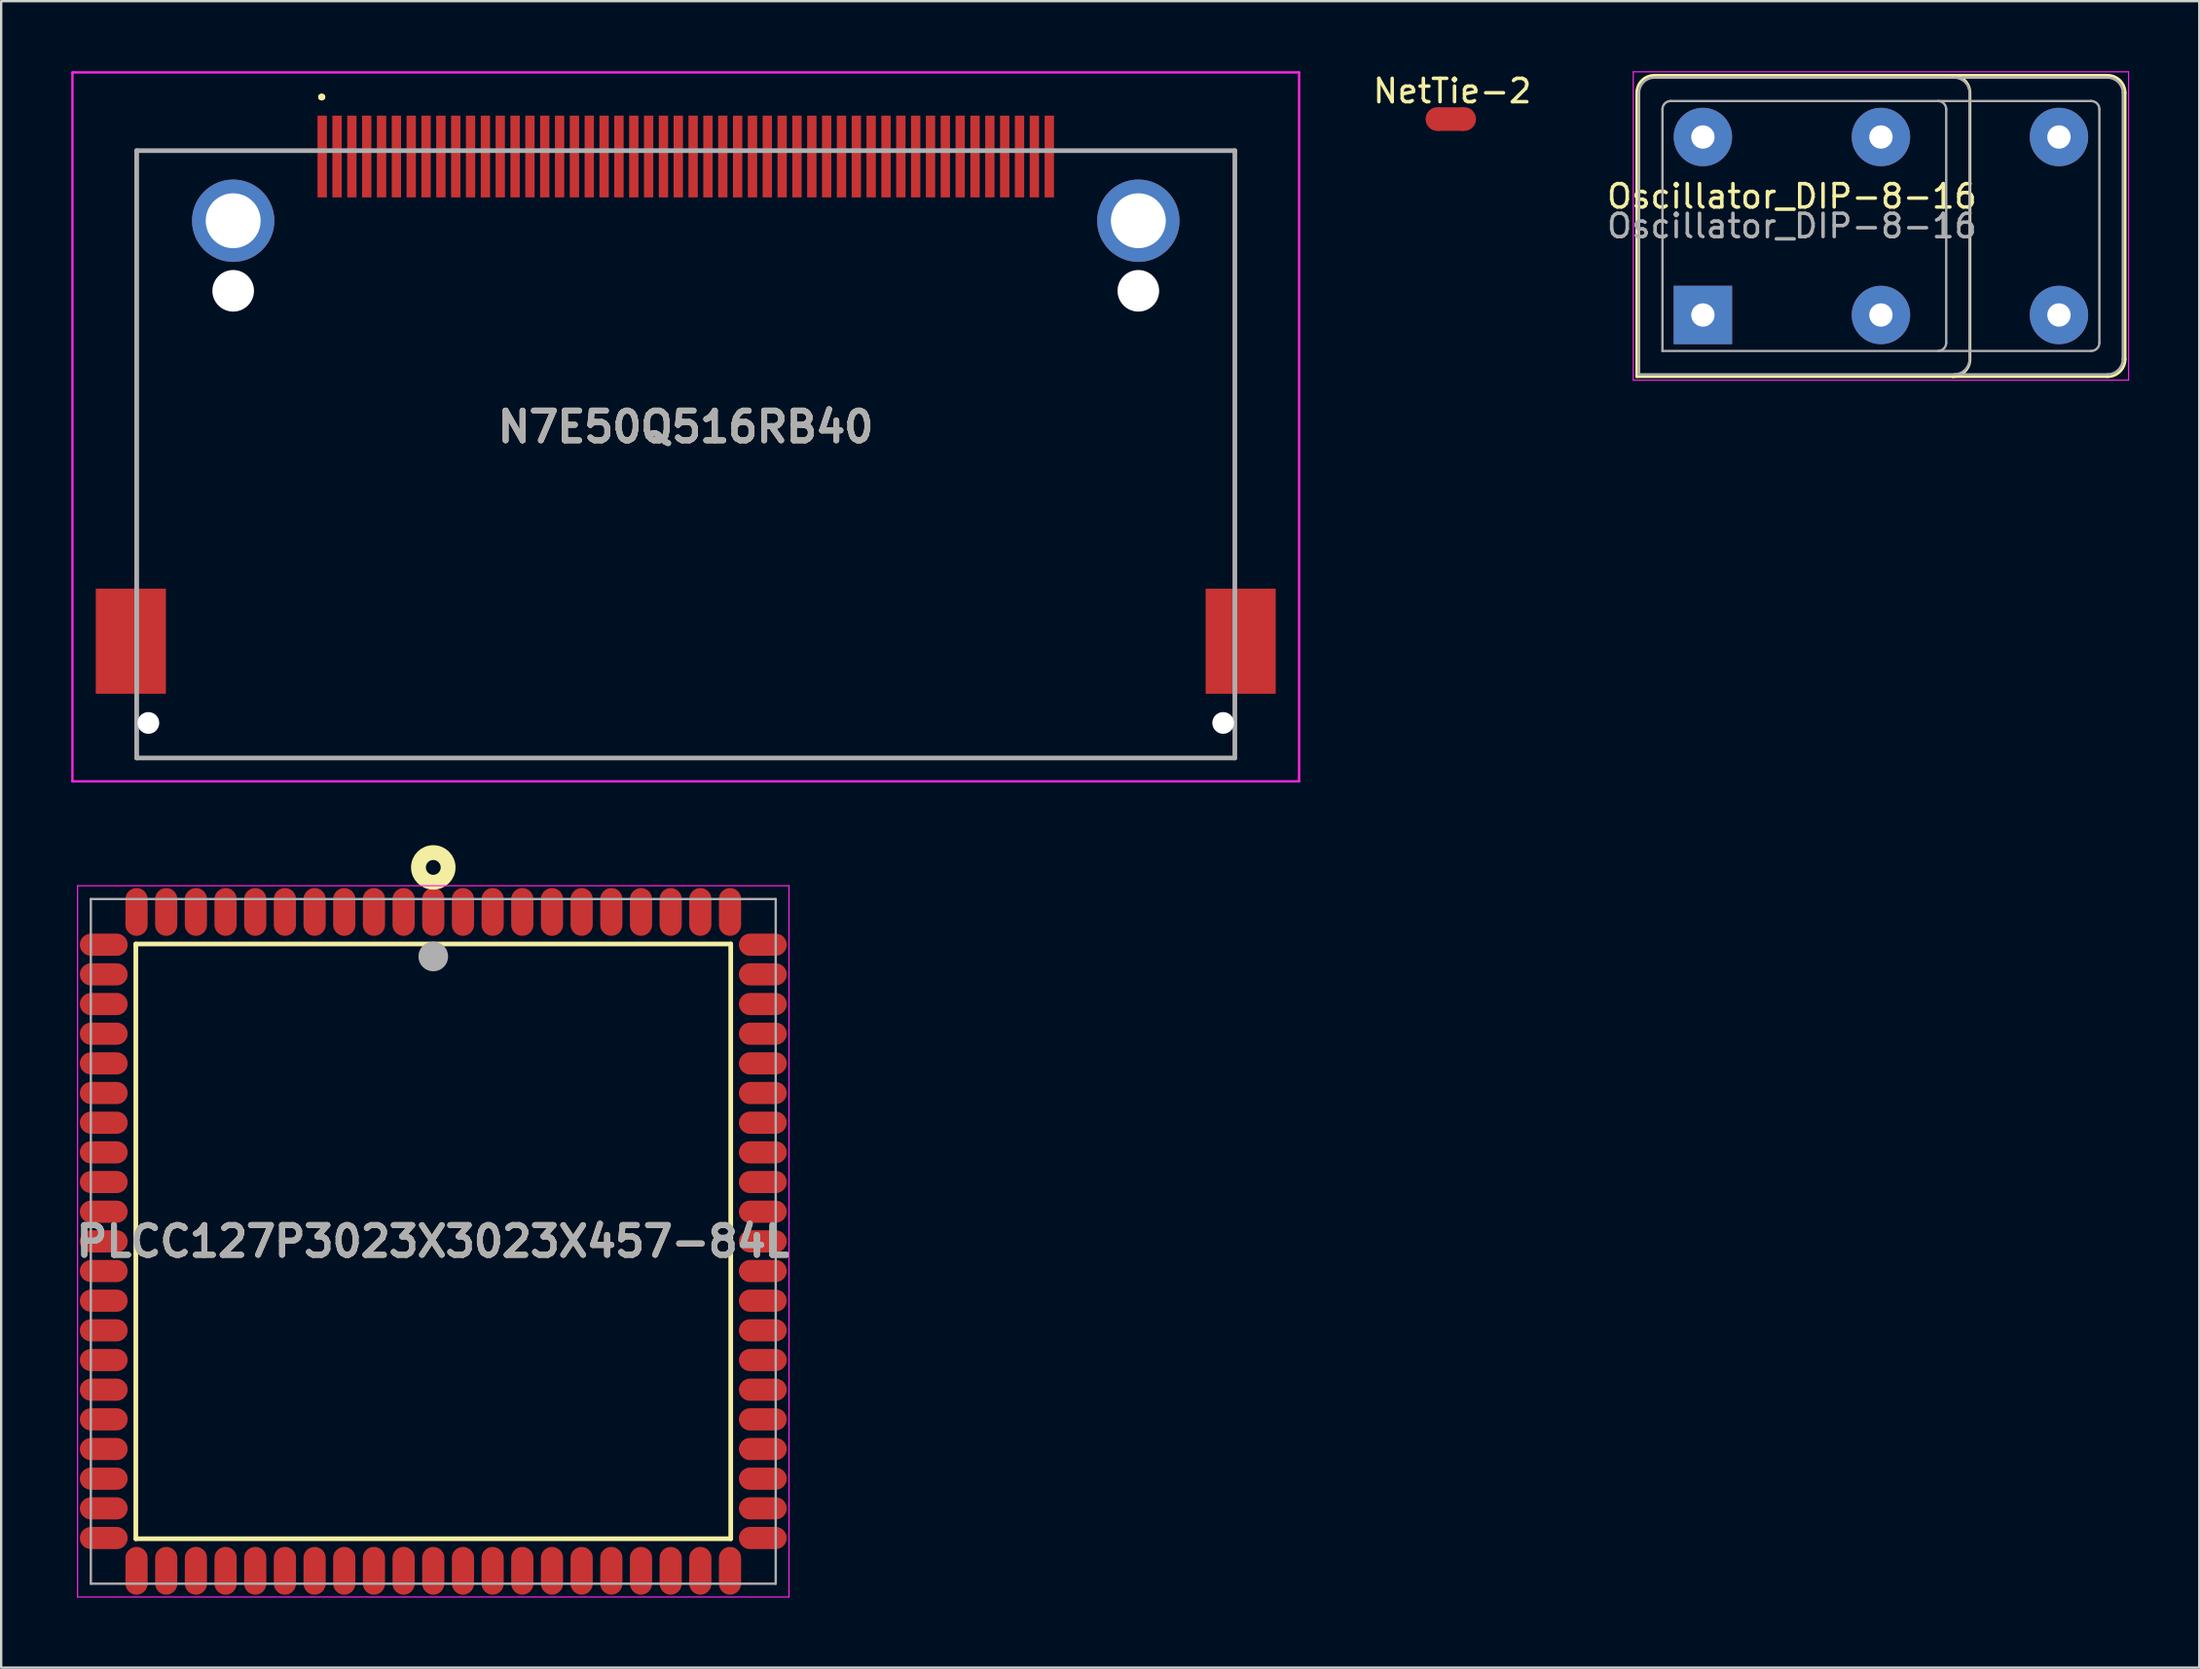
<source format=kicad_pcb>
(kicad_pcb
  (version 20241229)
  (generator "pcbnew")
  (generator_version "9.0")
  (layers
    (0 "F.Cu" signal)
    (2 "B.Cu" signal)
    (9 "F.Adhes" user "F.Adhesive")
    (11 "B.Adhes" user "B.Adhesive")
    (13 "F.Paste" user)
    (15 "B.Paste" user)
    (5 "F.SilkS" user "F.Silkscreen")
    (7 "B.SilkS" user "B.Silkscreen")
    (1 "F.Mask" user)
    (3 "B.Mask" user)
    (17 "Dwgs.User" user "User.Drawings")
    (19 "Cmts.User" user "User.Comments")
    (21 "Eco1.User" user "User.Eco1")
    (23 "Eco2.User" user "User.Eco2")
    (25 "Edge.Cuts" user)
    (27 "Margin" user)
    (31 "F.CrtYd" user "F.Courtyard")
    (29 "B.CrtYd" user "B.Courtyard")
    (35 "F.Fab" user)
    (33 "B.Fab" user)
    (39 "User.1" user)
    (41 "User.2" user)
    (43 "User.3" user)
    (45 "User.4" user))
  (footprint "PLCC127P3023X3023X457-84L"
    (layer "F.Cu")
    (at 15.494 50.094)
    (property "Reference" "PLCC127P3023X3023X457-84L" (at 0 0 0) (layer "F.SilkS") (effects (font (size 1.27 1.27) (thickness 0.254))))
    (attr smd)
    (fp_line (start -12.731 -12.731) (end 12.731 -12.731) (stroke (width 0.2) (type solid)) (layer "F.SilkS"))
    (fp_line (start -12.731 12.731) (end -12.731 -12.731) (stroke (width 0.2) (type solid)) (layer "F.SilkS"))
    (fp_line (start 12.731 -12.731) (end 12.731 12.731) (stroke (width 0.2) (type solid)) (layer "F.SilkS"))
    (fp_line (start 12.731 12.731) (end -12.731 12.731) (stroke (width 0.2) (type solid)) (layer "F.SilkS"))
    (fp_circle (center 0 -16.009) (end 0 -15.692) (stroke (width 0.635) (type solid)) (fill no) (layer "F.SilkS"))
    (fp_line (start -15.225 -15.225) (end 15.225 -15.225) (stroke (width 0.05) (type solid)) (layer "F.CrtYd"))
    (fp_line (start -15.225 15.225) (end -15.225 -15.225) (stroke (width 0.05) (type solid)) (layer "F.CrtYd"))
    (fp_line (start 15.225 -15.225) (end 15.225 15.225) (stroke (width 0.05) (type solid)) (layer "F.CrtYd"))
    (fp_line (start 15.225 15.225) (end -15.225 15.225) (stroke (width 0.05) (type solid)) (layer "F.CrtYd"))
    (fp_line (start -14.656 -14.656) (end 14.656 -14.656) (stroke (width 0.1) (type solid)) (layer "F.Fab"))
    (fp_line (start -14.656 14.656) (end -14.656 -14.656) (stroke (width 0.1) (type solid)) (layer "F.Fab"))
    (fp_line (start 14.656 -14.656) (end 14.656 14.656) (stroke (width 0.1) (type solid)) (layer "F.Fab"))
    (fp_line (start 14.656 14.656) (end -14.656 14.656) (stroke (width 0.1) (type solid)) (layer "F.Fab"))
    (fp_circle (center 0 -12.197) (end 0 -11.879) (stroke (width 0.635) (type solid)) (fill no) (layer "F.Fab"))
    (fp_text user "${REFERENCE}" (at 0 0 0) (layer "F.Fab") (effects (font (size 1.27 1.27) (thickness 0.254))))
    (pad "1" smd oval (at 0 -14.103) (size 0.95 2.044) (layers "F.Cu" "F.Mask" "F.Paste"))
    (pad "2" smd oval (at -1.27 -14.103) (size 0.95 2.044) (layers "F.Cu" "F.Mask" "F.Paste"))
    (pad "3" smd oval (at -2.54 -14.103) (size 0.95 2.044) (layers "F.Cu" "F.Mask" "F.Paste"))
    (pad "4" smd oval (at -3.81 -14.103) (size 0.95 2.044) (layers "F.Cu" "F.Mask" "F.Paste"))
    (pad "5" smd oval (at -5.08 -14.103) (size 0.95 2.044) (layers "F.Cu" "F.Mask" "F.Paste"))
    (pad "6" smd oval (at -6.35 -14.103) (size 0.95 2.044) (layers "F.Cu" "F.Mask" "F.Paste"))
    (pad "7" smd oval (at -7.62 -14.103) (size 0.95 2.044) (layers "F.Cu" "F.Mask" "F.Paste"))
    (pad "8" smd oval (at -8.89 -14.103) (size 0.95 2.044) (layers "F.Cu" "F.Mask" "F.Paste"))
    (pad "9" smd oval (at -10.16 -14.103) (size 0.95 2.044) (layers "F.Cu" "F.Mask" "F.Paste"))
    (pad "10" smd oval (at -11.43 -14.103) (size 0.95 2.044) (layers "F.Cu" "F.Mask" "F.Paste"))
    (pad "11" smd oval (at -12.7 -14.103) (size 0.95 2.044) (layers "F.Cu" "F.Mask" "F.Paste"))
    (pad "12" smd oval (at -14.103 -12.7 90) (size 0.95 2.044) (layers "F.Cu" "F.Mask" "F.Paste"))
    (pad "13" smd oval (at -14.103 -11.43 90) (size 0.95 2.044) (layers "F.Cu" "F.Mask" "F.Paste"))
    (pad "14" smd oval (at -14.103 -10.16 90) (size 0.95 2.044) (layers "F.Cu" "F.Mask" "F.Paste"))
    (pad "15" smd oval (at -14.103 -8.89 90) (size 0.95 2.044) (layers "F.Cu" "F.Mask" "F.Paste"))
    (pad "16" smd oval (at -14.103 -7.62 90) (size 0.95 2.044) (layers "F.Cu" "F.Mask" "F.Paste"))
    (pad "17" smd oval (at -14.103 -6.35 90) (size 0.95 2.044) (layers "F.Cu" "F.Mask" "F.Paste"))
    (pad "18" smd oval (at -14.103 -5.08 90) (size 0.95 2.044) (layers "F.Cu" "F.Mask" "F.Paste"))
    (pad "19" smd oval (at -14.103 -3.81 90) (size 0.95 2.044) (layers "F.Cu" "F.Mask" "F.Paste"))
    (pad "20" smd oval (at -14.103 -2.54 90) (size 0.95 2.044) (layers "F.Cu" "F.Mask" "F.Paste"))
    (pad "21" smd oval (at -14.103 -1.27 90) (size 0.95 2.044) (layers "F.Cu" "F.Mask" "F.Paste"))
    (pad "22" smd oval (at -14.103 0 90) (size 0.95 2.044) (layers "F.Cu" "F.Mask" "F.Paste"))
    (pad "23" smd oval (at -14.103 1.27 90) (size 0.95 2.044) (layers "F.Cu" "F.Mask" "F.Paste"))
    (pad "24" smd oval (at -14.103 2.54 90) (size 0.95 2.044) (layers "F.Cu" "F.Mask" "F.Paste"))
    (pad "25" smd oval (at -14.103 3.81 90) (size 0.95 2.044) (layers "F.Cu" "F.Mask" "F.Paste"))
    (pad "26" smd oval (at -14.103 5.08 90) (size 0.95 2.044) (layers "F.Cu" "F.Mask" "F.Paste"))
    (pad "27" smd oval (at -14.103 6.35 90) (size 0.95 2.044) (layers "F.Cu" "F.Mask" "F.Paste"))
    (pad "28" smd oval (at -14.103 7.62 90) (size 0.95 2.044) (layers "F.Cu" "F.Mask" "F.Paste"))
    (pad "29" smd oval (at -14.103 8.89 90) (size 0.95 2.044) (layers "F.Cu" "F.Mask" "F.Paste"))
    (pad "30" smd oval (at -14.103 10.16 90) (size 0.95 2.044) (layers "F.Cu" "F.Mask" "F.Paste"))
    (pad "31" smd oval (at -14.103 11.43 90) (size 0.95 2.044) (layers "F.Cu" "F.Mask" "F.Paste"))
    (pad "32" smd oval (at -14.103 12.7 90) (size 0.95 2.044) (layers "F.Cu" "F.Mask" "F.Paste"))
    (pad "33" smd oval (at -12.7 14.103) (size 0.95 2.044) (layers "F.Cu" "F.Mask" "F.Paste"))
    (pad "34" smd oval (at -11.43 14.103) (size 0.95 2.044) (layers "F.Cu" "F.Mask" "F.Paste"))
    (pad "35" smd oval (at -10.16 14.103) (size 0.95 2.044) (layers "F.Cu" "F.Mask" "F.Paste"))
    (pad "36" smd oval (at -8.89 14.103) (size 0.95 2.044) (layers "F.Cu" "F.Mask" "F.Paste"))
    (pad "37" smd oval (at -7.62 14.103) (size 0.95 2.044) (layers "F.Cu" "F.Mask" "F.Paste"))
    (pad "38" smd oval (at -6.35 14.103) (size 0.95 2.044) (layers "F.Cu" "F.Mask" "F.Paste"))
    (pad "39" smd oval (at -5.08 14.103) (size 0.95 2.044) (layers "F.Cu" "F.Mask" "F.Paste"))
    (pad "40" smd oval (at -3.81 14.103) (size 0.95 2.044) (layers "F.Cu" "F.Mask" "F.Paste"))
    (pad "41" smd oval (at -2.54 14.103) (size 0.95 2.044) (layers "F.Cu" "F.Mask" "F.Paste"))
    (pad "42" smd oval (at -1.27 14.103) (size 0.95 2.044) (layers "F.Cu" "F.Mask" "F.Paste"))
    (pad "43" smd oval (at 0 14.103) (size 0.95 2.044) (layers "F.Cu" "F.Mask" "F.Paste"))
    (pad "44" smd oval (at 1.27 14.103) (size 0.95 2.044) (layers "F.Cu" "F.Mask" "F.Paste"))
    (pad "45" smd oval (at 2.54 14.103) (size 0.95 2.044) (layers "F.Cu" "F.Mask" "F.Paste"))
    (pad "46" smd oval (at 3.81 14.103) (size 0.95 2.044) (layers "F.Cu" "F.Mask" "F.Paste"))
    (pad "47" smd oval (at 5.08 14.103) (size 0.95 2.044) (layers "F.Cu" "F.Mask" "F.Paste"))
    (pad "48" smd oval (at 6.35 14.103) (size 0.95 2.044) (layers "F.Cu" "F.Mask" "F.Paste"))
    (pad "49" smd oval (at 7.62 14.103) (size 0.95 2.044) (layers "F.Cu" "F.Mask" "F.Paste"))
    (pad "50" smd oval (at 8.89 14.103) (size 0.95 2.044) (layers "F.Cu" "F.Mask" "F.Paste"))
    (pad "51" smd oval (at 10.16 14.103) (size 0.95 2.044) (layers "F.Cu" "F.Mask" "F.Paste"))
    (pad "52" smd oval (at 11.43 14.103) (size 0.95 2.044) (layers "F.Cu" "F.Mask" "F.Paste"))
    (pad "53" smd oval (at 12.7 14.103) (size 0.95 2.044) (layers "F.Cu" "F.Mask" "F.Paste"))
    (pad "54" smd oval (at 14.103 12.7 90) (size 0.95 2.044) (layers "F.Cu" "F.Mask" "F.Paste"))
    (pad "55" smd oval (at 14.103 11.43 90) (size 0.95 2.044) (layers "F.Cu" "F.Mask" "F.Paste"))
    (pad "56" smd oval (at 14.103 10.16 90) (size 0.95 2.044) (layers "F.Cu" "F.Mask" "F.Paste"))
    (pad "57" smd oval (at 14.103 8.89 90) (size 0.95 2.044) (layers "F.Cu" "F.Mask" "F.Paste"))
    (pad "58" smd oval (at 14.103 7.62 90) (size 0.95 2.044) (layers "F.Cu" "F.Mask" "F.Paste"))
    (pad "59" smd oval (at 14.103 6.35 90) (size 0.95 2.044) (layers "F.Cu" "F.Mask" "F.Paste"))
    (pad "60" smd oval (at 14.103 5.08 90) (size 0.95 2.044) (layers "F.Cu" "F.Mask" "F.Paste"))
    (pad "61" smd oval (at 14.103 3.81 90) (size 0.95 2.044) (layers "F.Cu" "F.Mask" "F.Paste"))
    (pad "62" smd oval (at 14.103 2.54 90) (size 0.95 2.044) (layers "F.Cu" "F.Mask" "F.Paste"))
    (pad "63" smd oval (at 14.103 1.27 90) (size 0.95 2.044) (layers "F.Cu" "F.Mask" "F.Paste"))
    (pad "64" smd oval (at 14.103 0 90) (size 0.95 2.044) (layers "F.Cu" "F.Mask" "F.Paste"))
    (pad "65" smd oval (at 14.103 -1.27 90) (size 0.95 2.044) (layers "F.Cu" "F.Mask" "F.Paste"))
    (pad "66" smd oval (at 14.103 -2.54 90) (size 0.95 2.044) (layers "F.Cu" "F.Mask" "F.Paste"))
    (pad "67" smd oval (at 14.103 -3.81 90) (size 0.95 2.044) (layers "F.Cu" "F.Mask" "F.Paste"))
    (pad "68" smd oval (at 14.103 -5.08 90) (size 0.95 2.044) (layers "F.Cu" "F.Mask" "F.Paste"))
    (pad "69" smd oval (at 14.103 -6.35 90) (size 0.95 2.044) (layers "F.Cu" "F.Mask" "F.Paste"))
    (pad "70" smd oval (at 14.103 -7.62 90) (size 0.95 2.044) (layers "F.Cu" "F.Mask" "F.Paste"))
    (pad "71" smd oval (at 14.103 -8.89 90) (size 0.95 2.044) (layers "F.Cu" "F.Mask" "F.Paste"))
    (pad "72" smd oval (at 14.103 -10.16 90) (size 0.95 2.044) (layers "F.Cu" "F.Mask" "F.Paste"))
    (pad "73" smd oval (at 14.103 -11.43 90) (size 0.95 2.044) (layers "F.Cu" "F.Mask" "F.Paste"))
    (pad "74" smd oval (at 14.103 -12.7 90) (size 0.95 2.044) (layers "F.Cu" "F.Mask" "F.Paste"))
    (pad "75" smd oval (at 12.7 -14.103) (size 0.95 2.044) (layers "F.Cu" "F.Mask" "F.Paste"))
    (pad "76" smd oval (at 11.43 -14.103) (size 0.95 2.044) (layers "F.Cu" "F.Mask" "F.Paste"))
    (pad "77" smd oval (at 10.16 -14.103) (size 0.95 2.044) (layers "F.Cu" "F.Mask" "F.Paste"))
    (pad "78" smd oval (at 8.89 -14.103) (size 0.95 2.044) (layers "F.Cu" "F.Mask" "F.Paste"))
    (pad "79" smd oval (at 7.62 -14.103) (size 0.95 2.044) (layers "F.Cu" "F.Mask" "F.Paste"))
    (pad "80" smd oval (at 6.35 -14.103) (size 0.95 2.044) (layers "F.Cu" "F.Mask" "F.Paste"))
    (pad "81" smd oval (at 5.08 -14.103) (size 0.95 2.044) (layers "F.Cu" "F.Mask" "F.Paste"))
    (pad "82" smd oval (at 3.81 -14.103) (size 0.95 2.044) (layers "F.Cu" "F.Mask" "F.Paste"))
    (pad "83" smd oval (at 2.54 -14.103) (size 0.95 2.044) (layers "F.Cu" "F.Mask" "F.Paste"))
    (pad "84" smd oval (at 1.27 -14.103) (size 0.95 2.044) (layers "F.Cu" "F.Mask" "F.Paste")))
  (footprint "Oscillator_DIP-8-16"
    (layer "F.Cu")
    (at 69.832 10.435)
    (property "Reference" "Oscillator_DIP-8-16" (at 3.81 -5.08 0) (layer "F.SilkS") (effects (font (size 1 1) (thickness 0.15))))
    (attr through_hole)
    (fp_line (start -2.83 -9.51) (end -2.83 2.64) (stroke (width 0.12) (type solid)) (layer "F.SilkS"))
    (fp_line (start -2.83 2.64) (end 17.32 2.64) (stroke (width 0.12) (type solid)) (layer "F.SilkS"))
    (fp_line (start 11.43 1.89) (end 11.43 -9.51) (stroke (width 0.12) (type solid)) (layer "F.SilkS"))
    (fp_line (start 17.32 -10.26) (end -2.08 -10.26) (stroke (width 0.12) (type solid)) (layer "F.SilkS"))
    (fp_line (start 18.07 1.89) (end 18.07 -9.51) (stroke (width 0.12) (type solid)) (layer "F.SilkS"))
    (fp_arc (start -2.83 -9.51) (mid -2.61033 -10.04033) (end -2.08 -10.26) (stroke (width 0.12) (type solid)) (layer "F.SilkS"))
    (fp_arc (start 10.68 -10.26) (mid 11.21033 -10.04033) (end 11.43 -9.51) (stroke (width 0.12) (type solid)) (layer "F.SilkS"))
    (fp_arc (start 11.43 1.89) (mid 11.21033 2.42033) (end 10.68 2.64) (stroke (width 0.12) (type solid)) (layer "F.SilkS"))
    (fp_arc (start 17.32 -10.26) (mid 17.85033 -10.04033) (end 18.07 -9.51) (stroke (width 0.12) (type solid)) (layer "F.SilkS"))
    (fp_arc (start 18.07 1.89) (mid 17.85033 2.42033) (end 17.32 2.64) (stroke (width 0.12) (type solid)) (layer "F.SilkS"))
    (fp_line (start -2.98 -10.41) (end -2.98 2.79) (stroke (width 0.05) (type solid)) (layer "F.CrtYd"))
    (fp_line (start -2.98 2.79) (end 18.22 2.79) (stroke (width 0.05) (type solid)) (layer "F.CrtYd"))
    (fp_line (start 18.22 -10.41) (end -2.98 -10.41) (stroke (width 0.05) (type solid)) (layer "F.CrtYd"))
    (fp_line (start 18.22 2.79) (end 18.22 -10.41) (stroke (width 0.05) (type solid)) (layer "F.CrtYd"))
    (fp_line (start -2.73 2.54) (end -2.73 -9.51) (stroke (width 0.1) (type solid)) (layer "F.Fab"))
    (fp_line (start -2.73 2.54) (end 17.32 2.54) (stroke (width 0.1) (type solid)) (layer "F.Fab"))
    (fp_line (start -2.08 -10.16) (end 17.32 -10.16) (stroke (width 0.1) (type solid)) (layer "F.Fab"))
    (fp_line (start -1.73 1.54) (end -1.73 -8.81) (stroke (width 0.1) (type solid)) (layer "F.Fab"))
    (fp_line (start -1.73 1.54) (end 16.62 1.54) (stroke (width 0.1) (type solid)) (layer "F.Fab"))
    (fp_line (start -1.38 -9.16) (end 16.62 -9.16) (stroke (width 0.1) (type solid)) (layer "F.Fab"))
    (fp_line (start 10.414 1.19) (end 10.414 -8.81) (stroke (width 0.1) (type solid)) (layer "F.Fab"))
    (fp_line (start 11.414 -9.51) (end 11.414 1.89) (stroke (width 0.1) (type solid)) (layer "F.Fab"))
    (fp_line (start 16.97 1.19) (end 16.97 -8.81) (stroke (width 0.1) (type solid)) (layer "F.Fab"))
    (fp_line (start 17.97 -9.51) (end 17.97 1.89) (stroke (width 0.1) (type solid)) (layer "F.Fab"))
    (fp_arc (start -2.73 -9.51) (mid -2.539619 -9.969619) (end -2.08 -10.16) (stroke (width 0.1) (type solid)) (layer "F.Fab"))
    (fp_arc (start -1.73 -8.81) (mid -1.627487 -9.057487) (end -1.38 -9.16) (stroke (width 0.1) (type solid)) (layer "F.Fab"))
    (fp_arc (start 10.064 -9.16) (mid 10.311487 -9.057487) (end 10.414 -8.81) (stroke (width 0.1) (type solid)) (layer "F.Fab"))
    (fp_arc (start 10.414 1.19) (mid 10.311487 1.437487) (end 10.064 1.54) (stroke (width 0.1) (type solid)) (layer "F.Fab"))
    (fp_arc (start 10.764 -10.16) (mid 11.223619 -9.969619) (end 11.414 -9.51) (stroke (width 0.1) (type solid)) (layer "F.Fab"))
    (fp_arc (start 11.414 1.89) (mid 11.223619 2.349619) (end 10.764 2.54) (stroke (width 0.1) (type solid)) (layer "F.Fab"))
    (fp_arc (start 16.62 -9.16) (mid 16.867487 -9.057487) (end 16.97 -8.81) (stroke (width 0.1) (type solid)) (layer "F.Fab"))
    (fp_arc (start 16.97 1.19) (mid 16.867487 1.437487) (end 16.62 1.54) (stroke (width 0.1) (type solid)) (layer "F.Fab"))
    (fp_arc (start 17.32 -10.16) (mid 17.779619 -9.969619) (end 17.97 -9.51) (stroke (width 0.1) (type solid)) (layer "F.Fab"))
    (fp_arc (start 17.97 1.89) (mid 17.779619 2.349619) (end 17.32 2.54) (stroke (width 0.1) (type solid)) (layer "F.Fab"))
    (fp_text user "${REFERENCE}" (at 3.81 -3.81 0) (layer "F.Fab") (effects (font (size 1 1) (thickness 0.15))))
    (pad "1" thru_hole rect (at 0 0) (size 2.5 2.5) (drill 1) (layers "*.Cu" "*.Mask"))
    (pad "4" thru_hole circle (at 7.62 0) (size 2.5 2.5) (drill 1) (layers "*.Cu" "*.Mask"))
    (pad "4" thru_hole circle (at 15.24 0) (size 2.5 2.5) (drill 1) (layers "*.Cu" "*.Mask"))
    (pad "5" thru_hole circle (at 7.62 -7.62) (size 2.5 2.5) (drill 1) (layers "*.Cu" "*.Mask"))
    (pad "5" thru_hole circle (at 15.24 -7.62) (size 2.5 2.5) (drill 1) (layers "*.Cu" "*.Mask"))
    (pad "8" thru_hole circle (at 0 -7.62) (size 2.5 2.5) (drill 1) (layers "*.Cu" "*.Mask")))
  (footprint "N7E50Q516RB40"
    (layer "F.Cu")
    (at 26.3 6.4)
    (property "Reference" "N7E50Q516RB40" (at 0 8.825 0) (layer "F.SilkS") (effects (font (size 1.27 1.27) (thickness 0.254))))
    (attr through_hole)
    (fp_line (start -23.5 -3) (end -23.5 -3) (stroke (width 0.1) (type solid)) (layer "F.SilkS"))
    (fp_line (start -23.5 -3) (end -23.5 -3) (stroke (width 0.1) (type solid)) (layer "F.SilkS"))
    (fp_line (start -23.5 -3) (end -23.5 15) (stroke (width 0.1) (type solid)) (layer "F.SilkS"))
    (fp_line (start -23.5 -3) (end -16.38 -3) (stroke (width 0.1) (type solid)) (layer "F.SilkS"))
    (fp_line (start -23.5 15) (end -23.5 -3) (stroke (width 0.1) (type solid)) (layer "F.SilkS"))
    (fp_line (start -23.5 15) (end -23.5 15) (stroke (width 0.1) (type solid)) (layer "F.SilkS"))
    (fp_line (start -23.5 23) (end -23.5 23) (stroke (width 0.1) (type solid)) (layer "F.SilkS"))
    (fp_line (start -23.5 23) (end 23.5 23) (stroke (width 0.1) (type solid)) (layer "F.SilkS"))
    (fp_line (start -16.38 -3) (end -23.5 -3) (stroke (width 0.1) (type solid)) (layer "F.SilkS"))
    (fp_line (start -16.38 -3) (end -16.38 -3) (stroke (width 0.1) (type solid)) (layer "F.SilkS"))
    (fp_line (start -15.63 -5.3) (end -15.63 -5.3) (stroke (width 0.2) (type solid)) (layer "F.SilkS"))
    (fp_line (start -15.63 -5.3) (end -15.63 -5.3) (stroke (width 0.2) (type solid)) (layer "F.SilkS"))
    (fp_line (start -15.53 -5.3) (end -15.53 -5.3) (stroke (width 0.2) (type solid)) (layer "F.SilkS"))
    (fp_line (start 16.37 -3) (end 16.37 -3) (stroke (width 0.1) (type solid)) (layer "F.SilkS"))
    (fp_line (start 16.37 -3) (end 23.5 -3) (stroke (width 0.1) (type solid)) (layer "F.SilkS"))
    (fp_line (start 23.5 -3) (end 16.37 -3) (stroke (width 0.1) (type solid)) (layer "F.SilkS"))
    (fp_line (start 23.5 -3) (end 23.5 -3) (stroke (width 0.1) (type solid)) (layer "F.SilkS"))
    (fp_line (start 23.5 -3) (end 23.5 -3) (stroke (width 0.1) (type solid)) (layer "F.SilkS"))
    (fp_line (start 23.5 -3) (end 23.5 15) (stroke (width 0.1) (type solid)) (layer "F.SilkS"))
    (fp_line (start 23.5 15) (end 23.5 -3) (stroke (width 0.1) (type solid)) (layer "F.SilkS"))
    (fp_line (start 23.5 15) (end 23.5 15) (stroke (width 0.1) (type solid)) (layer "F.SilkS"))
    (fp_line (start 23.5 23) (end -23.5 23) (stroke (width 0.1) (type solid)) (layer "F.SilkS"))
    (fp_line (start 23.5 23) (end 23.5 23) (stroke (width 0.1) (type solid)) (layer "F.SilkS"))
    (fp_arc (start -15.63 -5.3) (mid -15.58 -5.35) (end -15.53 -5.3) (stroke (width 0.2) (type solid)) (layer "F.SilkS"))
    (fp_arc (start -15.53 -5.3) (mid -15.58 -5.25) (end -15.63 -5.3) (stroke (width 0.2) (type solid)) (layer "F.SilkS"))
    (fp_arc (start -15.53 -5.3) (mid -15.58 -5.25) (end -15.63 -5.3) (stroke (width 0.2) (type solid)) (layer "F.SilkS"))
    (fp_line (start -26.25 -6.35) (end 26.25 -6.35) (stroke (width 0.1) (type solid)) (layer "F.CrtYd"))
    (fp_line (start -26.25 24) (end -26.25 -6.35) (stroke (width 0.1) (type solid)) (layer "F.CrtYd"))
    (fp_line (start 26.25 -6.35) (end 26.25 24) (stroke (width 0.1) (type solid)) (layer "F.CrtYd"))
    (fp_line (start 26.25 24) (end -26.25 24) (stroke (width 0.1) (type solid)) (layer "F.CrtYd"))
    (fp_line (start -23.5 -3) (end -23.5 23) (stroke (width 0.2) (type solid)) (layer "F.Fab"))
    (fp_line (start -23.5 23) (end 23.5 23) (stroke (width 0.2) (type solid)) (layer "F.Fab"))
    (fp_line (start 23.5 -3) (end -23.5 -3) (stroke (width 0.2) (type solid)) (layer "F.Fab"))
    (fp_line (start 23.5 23) (end 23.5 -3) (stroke (width 0.2) (type solid)) (layer "F.Fab"))
    (fp_text user "${REFERENCE}" (at 0 8.825 0) (layer "F.Fab") (effects (font (size 1.27 1.27) (thickness 0.254))))
    (pad "" np_thru_hole circle (at -23 21.5) (size 0.93 0.93) (drill 0.93) (layers "*.Cu" "*.Mask"))
    (pad "" np_thru_hole circle (at -19.37 3) (size 1.78 1.78) (drill 1.78) (layers "*.Cu" "*.Mask"))
    (pad "" np_thru_hole circle (at 19.37 3) (size 1.78 1.78) (drill 1.78) (layers "*.Cu" "*.Mask"))
    (pad "" np_thru_hole circle (at 23 21.5) (size 0.93 0.93) (drill 0.93) (layers "*.Cu" "*.Mask"))
    (pad "1" smd rect (at -15.56 -2.75) (size 0.4 3.5) (layers "F.Cu" "F.Mask" "F.Paste"))
    (pad "2" smd rect (at -14.29 -2.75) (size 0.4 3.5) (layers "F.Cu" "F.Mask" "F.Paste"))
    (pad "3" smd rect (at -13.02 -2.75) (size 0.4 3.5) (layers "F.Cu" "F.Mask" "F.Paste"))
    (pad "4" smd rect (at -11.75 -2.75) (size 0.4 3.5) (layers "F.Cu" "F.Mask" "F.Paste"))
    (pad "5" smd rect (at -10.48 -2.75) (size 0.4 3.5) (layers "F.Cu" "F.Mask" "F.Paste"))
    (pad "6" smd rect (at -9.21 -2.75) (size 0.4 3.5) (layers "F.Cu" "F.Mask" "F.Paste"))
    (pad "7" smd rect (at -7.94 -2.75) (size 0.4 3.5) (layers "F.Cu" "F.Mask" "F.Paste"))
    (pad "8" smd rect (at -6.67 -2.75) (size 0.4 3.5) (layers "F.Cu" "F.Mask" "F.Paste"))
    (pad "9" smd rect (at -5.4 -2.75) (size 0.4 3.5) (layers "F.Cu" "F.Mask" "F.Paste"))
    (pad "10" smd rect (at -4.13 -2.75) (size 0.4 3.5) (layers "F.Cu" "F.Mask" "F.Paste"))
    (pad "11" smd rect (at -2.86 -2.75) (size 0.4 3.5) (layers "F.Cu" "F.Mask" "F.Paste"))
    (pad "12" smd rect (at -1.59 -2.75) (size 0.4 3.5) (layers "F.Cu" "F.Mask" "F.Paste"))
    (pad "13" smd rect (at -0.32 -2.75) (size 0.4 3.5) (layers "F.Cu" "F.Mask" "F.Paste"))
    (pad "14" smd rect (at 0.95 -2.75) (size 0.4 3.5) (layers "F.Cu" "F.Mask" "F.Paste"))
    (pad "15" smd rect (at 2.22 -2.75) (size 0.4 3.5) (layers "F.Cu" "F.Mask" "F.Paste"))
    (pad "16" smd rect (at 3.49 -2.75) (size 0.4 3.5) (layers "F.Cu" "F.Mask" "F.Paste"))
    (pad "17" smd rect (at 4.76 -2.75) (size 0.4 3.5) (layers "F.Cu" "F.Mask" "F.Paste"))
    (pad "18" smd rect (at 6.03 -2.75) (size 0.4 3.5) (layers "F.Cu" "F.Mask" "F.Paste"))
    (pad "19" smd rect (at 7.3 -2.75) (size 0.4 3.5) (layers "F.Cu" "F.Mask" "F.Paste"))
    (pad "20" smd rect (at 8.57 -2.75) (size 0.4 3.5) (layers "F.Cu" "F.Mask" "F.Paste"))
    (pad "21" smd rect (at 9.84 -2.75) (size 0.4 3.5) (layers "F.Cu" "F.Mask" "F.Paste"))
    (pad "22" smd rect (at 11.11 -2.75) (size 0.4 3.5) (layers "F.Cu" "F.Mask" "F.Paste"))
    (pad "23" smd rect (at 12.38 -2.75) (size 0.4 3.5) (layers "F.Cu" "F.Mask" "F.Paste"))
    (pad "24" smd rect (at 13.65 -2.75) (size 0.4 3.5) (layers "F.Cu" "F.Mask" "F.Paste"))
    (pad "25" smd rect (at 14.92 -2.75) (size 0.4 3.5) (layers "F.Cu" "F.Mask" "F.Paste"))
    (pad "26" smd rect (at -14.925 -2.75) (size 0.4 3.5) (layers "F.Cu" "F.Mask" "F.Paste"))
    (pad "27" smd rect (at -13.655 -2.75) (size 0.4 3.5) (layers "F.Cu" "F.Mask" "F.Paste"))
    (pad "28" smd rect (at -12.385 -2.75) (size 0.4 3.5) (layers "F.Cu" "F.Mask" "F.Paste"))
    (pad "29" smd rect (at -11.115 -2.75) (size 0.4 3.5) (layers "F.Cu" "F.Mask" "F.Paste"))
    (pad "30" smd rect (at -9.845 -2.75) (size 0.4 3.5) (layers "F.Cu" "F.Mask" "F.Paste"))
    (pad "31" smd rect (at -8.575 -2.75) (size 0.4 3.5) (layers "F.Cu" "F.Mask" "F.Paste"))
    (pad "32" smd rect (at -7.305 -2.75) (size 0.4 3.5) (layers "F.Cu" "F.Mask" "F.Paste"))
    (pad "33" smd rect (at -6.035 -2.75) (size 0.4 3.5) (layers "F.Cu" "F.Mask" "F.Paste"))
    (pad "34" smd rect (at -4.765 -2.75) (size 0.4 3.5) (layers "F.Cu" "F.Mask" "F.Paste"))
    (pad "35" smd rect (at -3.495 -2.75) (size 0.4 3.5) (layers "F.Cu" "F.Mask" "F.Paste"))
    (pad "36" smd rect (at -2.225 -2.75) (size 0.4 3.5) (layers "F.Cu" "F.Mask" "F.Paste"))
    (pad "37" smd rect (at -0.955 -2.75) (size 0.4 3.5) (layers "F.Cu" "F.Mask" "F.Paste"))
    (pad "38" smd rect (at 0.315 -2.75) (size 0.4 3.5) (layers "F.Cu" "F.Mask" "F.Paste"))
    (pad "39" smd rect (at 1.585 -2.75) (size 0.4 3.5) (layers "F.Cu" "F.Mask" "F.Paste"))
    (pad "40" smd rect (at 2.855 -2.75) (size 0.4 3.5) (layers "F.Cu" "F.Mask" "F.Paste"))
    (pad "41" smd rect (at 4.125 -2.75) (size 0.4 3.5) (layers "F.Cu" "F.Mask" "F.Paste"))
    (pad "42" smd rect (at 5.395 -2.75) (size 0.4 3.5) (layers "F.Cu" "F.Mask" "F.Paste"))
    (pad "43" smd rect (at 6.665 -2.75) (size 0.4 3.5) (layers "F.Cu" "F.Mask" "F.Paste"))
    (pad "44" smd rect (at 7.935 -2.75) (size 0.4 3.5) (layers "F.Cu" "F.Mask" "F.Paste"))
    (pad "45" smd rect (at 9.205 -2.75) (size 0.4 3.5) (layers "F.Cu" "F.Mask" "F.Paste"))
    (pad "46" smd rect (at 10.475 -2.75) (size 0.4 3.5) (layers "F.Cu" "F.Mask" "F.Paste"))
    (pad "47" smd rect (at 11.745 -2.75) (size 0.4 3.5) (layers "F.Cu" "F.Mask" "F.Paste"))
    (pad "48" smd rect (at 13.015 -2.75) (size 0.4 3.5) (layers "F.Cu" "F.Mask" "F.Paste"))
    (pad "49" smd rect (at 14.285 -2.75) (size 0.4 3.5) (layers "F.Cu" "F.Mask" "F.Paste"))
    (pad "50" smd rect (at 15.56 -2.75) (size 0.4 3.5) (layers "F.Cu" "F.Mask" "F.Paste"))
    (pad "MH1" thru_hole circle (at -19.37 0) (size 3.525 3.525) (drill 2.35) (layers "*.Cu" "*.Mask"))
    (pad "MH2" thru_hole circle (at 19.37 0) (size 3.525 3.525) (drill 2.35) (layers "*.Cu" "*.Mask"))
    (pad "MP1" smd rect (at -23.75 18) (size 3 4.5) (layers "F.Cu" "F.Mask" "F.Paste"))
    (pad "MP2" smd rect (at 23.75 18) (size 3 4.5) (layers "F.Cu" "F.Mask" "F.Paste")))
  (footprint "NetTie-2"
    (layer "F.Cu")
    (at 59.106 2.048)
    (property "Reference" "NetTie-2" (at 0 -1.2 0) (layer "F.SilkS") (effects (font (size 1 1) (thickness 0.15))))
    (attr exclude_from_pos_files exclude_from_bom allow_missing_courtyard)
    (fp_poly (pts (xy -0.627 -0.504) (xy 0.5 -0.504) (xy 0.5 0.504) (xy -0.627 0.504)) (stroke (width 0) (type solid)) (fill yes) (layer "F.Cu"))
    (pad "1" smd circle (at -0.635 0) (size 1.016 1.016) (layers "F.Cu"))
    (pad "2" smd circle (at 0.508 0) (size 1.016 1.016) (layers "F.Cu")))
  (gr_rect
    (start -3 -3)
    (end 91.077 68.344)
    (stroke (width 0.1) (type default))
    (fill no)
    (layer "Edge.Cuts")))
</source>
